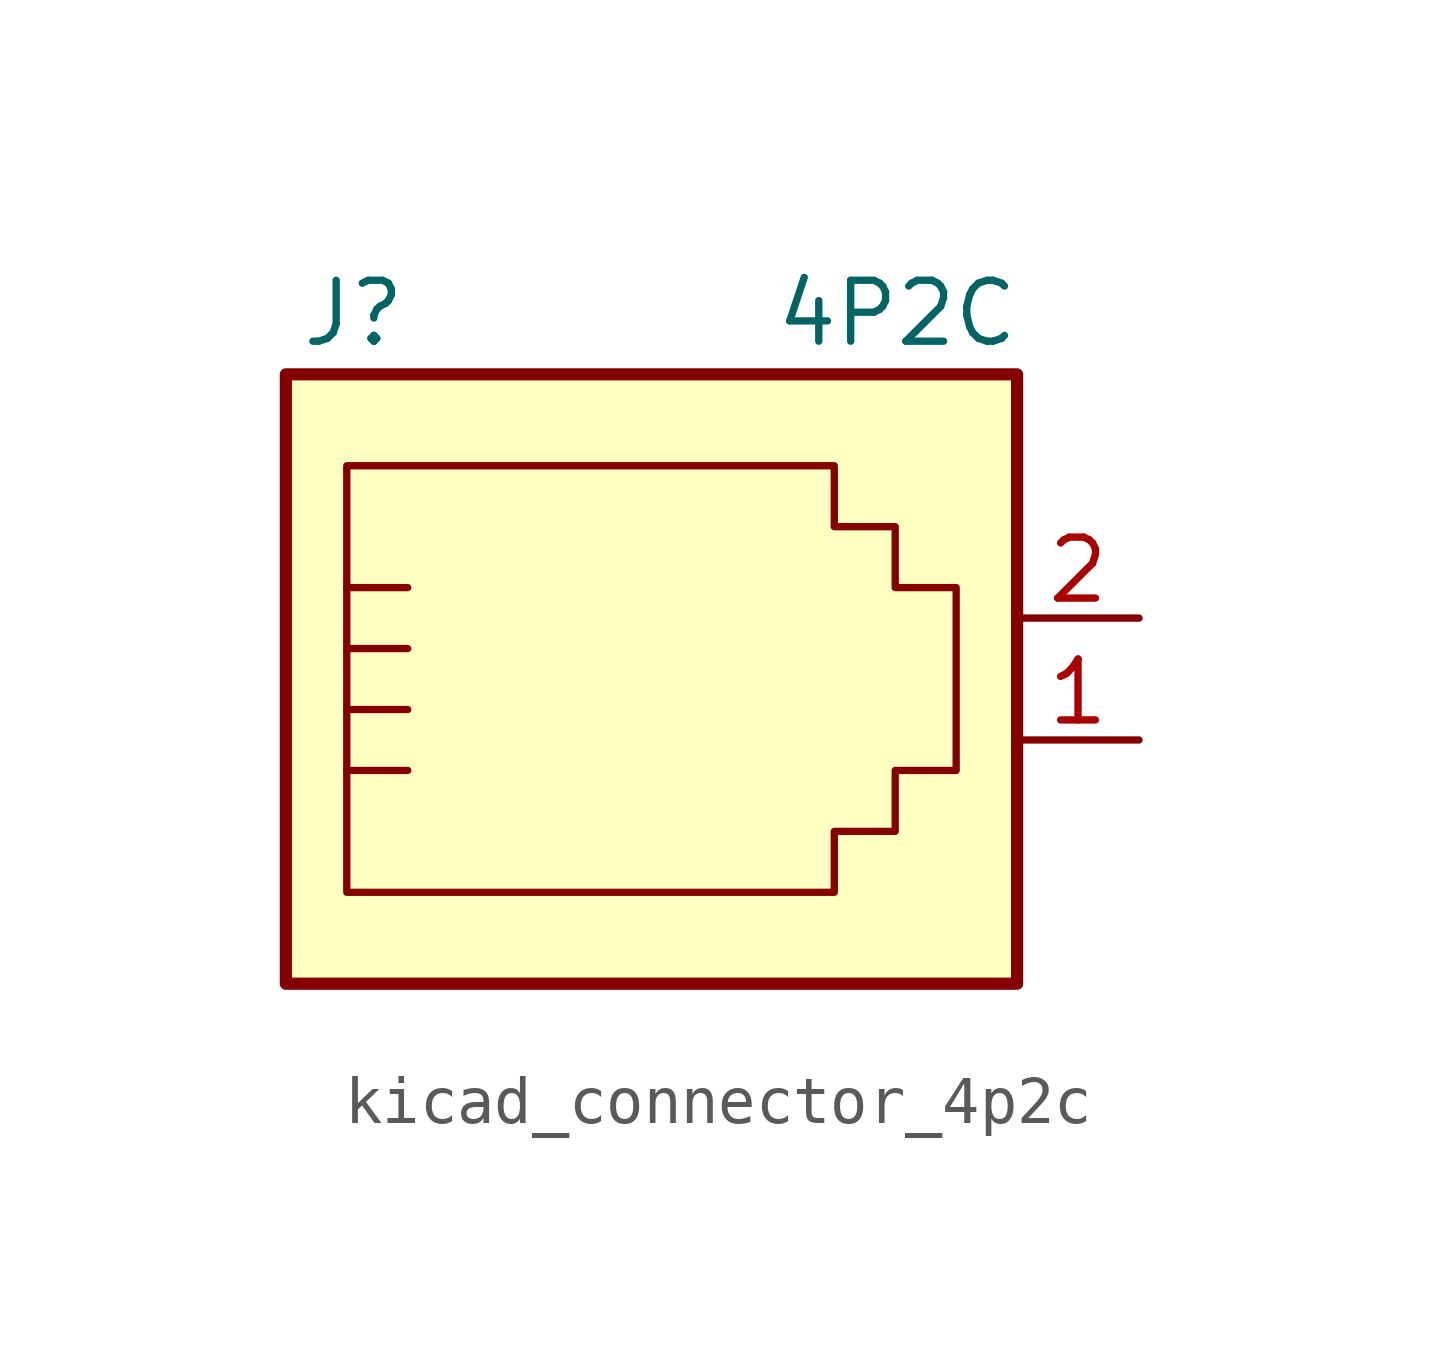
<source format=kicad_sym>
(kicad_symbol_lib
  (version 20220914)
  (generator kicad_symbol_editor)
  (symbol "kicad_connector_4p2c"
    (pin_names
      (offset 1.016))
    (property "Reference" "J"
      (at -5.08 8.89 0)
      (effects (font (size 1.27 1.27)) (justify right)))
    (property "Value" "4P2C"
      (at 2.54 8.89 0)
      (effects (font (size 1.27 1.27)) (justify left)))
    (symbol "kicad_connector_4p2c_0_1"
      (polyline (pts (xy -6.35 -0.635) (xy -5.08 -0.635) (xy -5.08 -0.635)) (stroke (width 0) (type default)) (fill (type none)))
      (polyline (pts (xy -6.35 0.635) (xy -5.08 0.635) (xy -5.08 0.635)) (stroke (width 0) (type default)) (fill (type none)))
      (polyline (pts (xy -6.35 1.905) (xy -5.08 1.905) (xy -5.08 1.905)) (stroke (width 0) (type default)) (fill (type none)))
      (polyline (pts (xy -6.35 3.175) (xy -5.08 3.175) (xy -5.08 3.175)) (stroke (width 0) (type default)) (fill (type none)))
      (polyline (pts (xy -6.35 -3.175) (xy -6.35 5.715) (xy -1.27 5.715) (xy 3.81 5.715) (xy 3.81 4.445) (xy 5.08 4.445) (xy 5.08 3.175) (xy 6.35 3.175) (xy 6.35 -0.635) (xy 5.08 -0.635) (xy 5.08 -1.905) (xy 3.81 -1.905) (xy 3.81 -3.175) (xy -6.35 -3.175) (xy -6.35 -3.175)) (stroke (width 0) (type default)) (fill (type none)))
      (rectangle (start 7.62 7.62) (end -7.62 -5.08) (stroke (width 0.254) (type default)) (fill (type background))))
    (symbol "kicad_connector_4p2c_1_1"
      (pin passive line (at 10.16 0 180) (length 2.54) (name "~" (effects (font (size 1.27 1.27)))) (number "1" (effects (font (size 1.27 1.27)))))
      (pin passive line (at 10.16 2.54 180) (length 2.54) (name "~" (effects (font (size 1.27 1.27)))) (number "2" (effects (font (size 1.27 1.27))))))))
</source>
